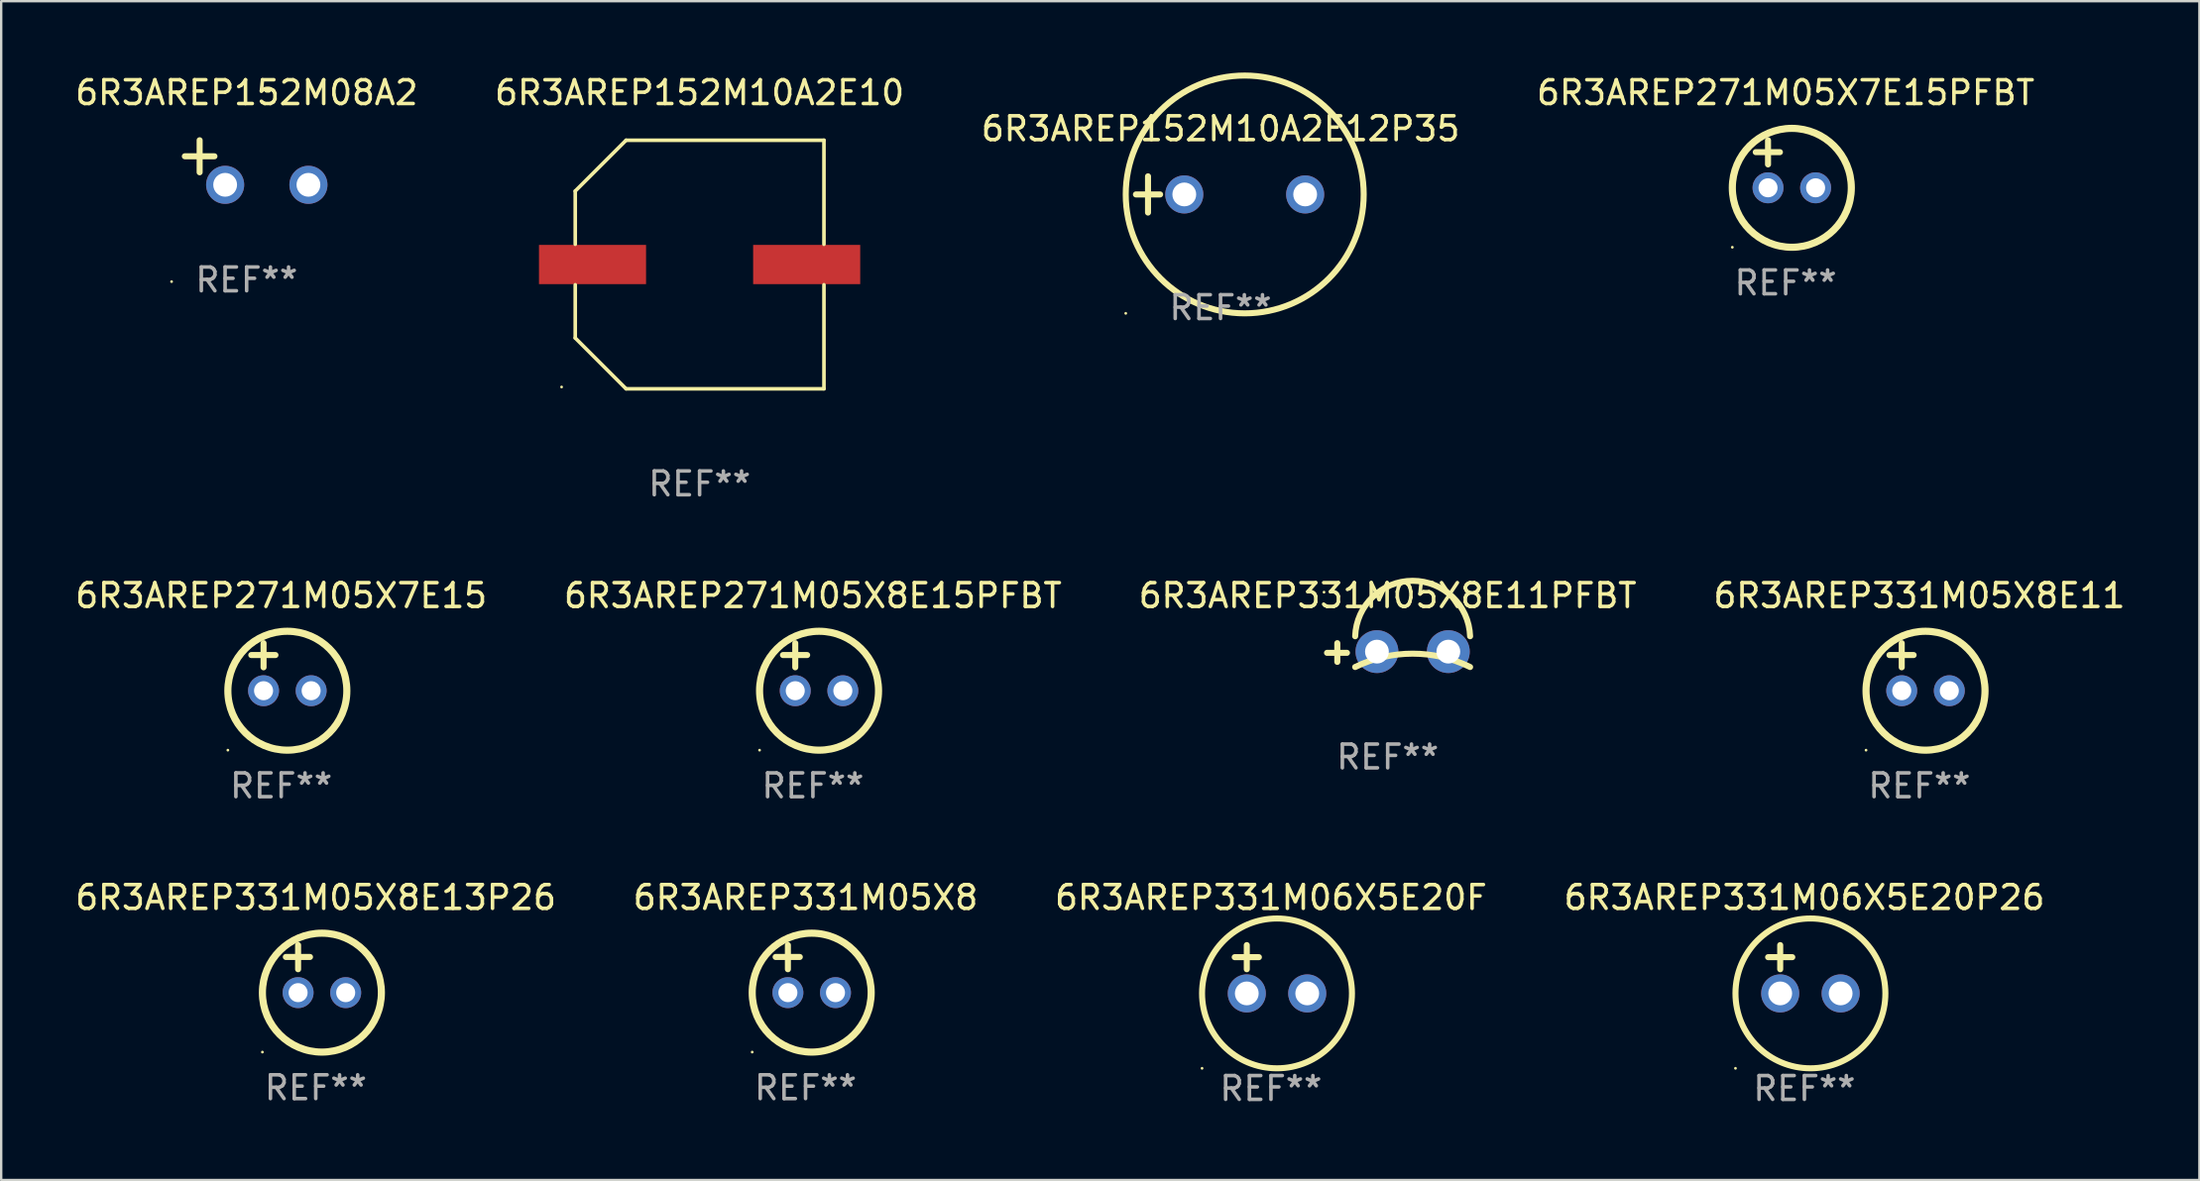
<source format=kicad_pcb>
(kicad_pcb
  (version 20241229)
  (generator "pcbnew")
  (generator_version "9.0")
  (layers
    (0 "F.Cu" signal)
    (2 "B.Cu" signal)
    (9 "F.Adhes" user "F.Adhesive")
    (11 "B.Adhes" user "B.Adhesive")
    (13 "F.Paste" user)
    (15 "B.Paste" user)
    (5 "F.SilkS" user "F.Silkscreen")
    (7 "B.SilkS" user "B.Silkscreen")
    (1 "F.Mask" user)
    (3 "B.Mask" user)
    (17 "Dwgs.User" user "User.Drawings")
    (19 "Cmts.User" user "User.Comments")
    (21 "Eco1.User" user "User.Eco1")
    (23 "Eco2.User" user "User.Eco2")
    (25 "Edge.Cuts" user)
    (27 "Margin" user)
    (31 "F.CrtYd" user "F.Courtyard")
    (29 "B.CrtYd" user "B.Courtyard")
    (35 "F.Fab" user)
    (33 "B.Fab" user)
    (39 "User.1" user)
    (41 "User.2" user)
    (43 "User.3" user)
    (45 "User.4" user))
  (footprint "6R3AREP331M06X5E20F"
    (layer "F.Cu")
    (at 50.363 37.71)
    (property "Reference" "6R3AREP331M06X5E20F" (at 0 -3.016 0) (layer "F.SilkS") (effects (font (size 1 1) (thickness 0.15))))
    (attr through_hole)
    (fp_line (start -1.524 -0.508) (end -0.508 -0.508) (stroke (width 0.254) (type solid)) (layer "F.SilkS"))
    (fp_line (start -1.016 -1.016) (end -1.016 0) (stroke (width 0.254) (type solid)) (layer "F.SilkS"))
    (fp_circle (center -2.896 4.166) (end -2.866 4.166) (stroke (width 0.06) (type solid)) (fill no) (layer "F.SilkS"))
    (fp_circle (center 0.254 1.016) (end 3.404 1.016) (stroke (width 0.254) (type solid)) (fill no) (layer "F.SilkS"))
    (fp_text user "REF**" (at 0 5.016 0) (layer "F.Fab") (effects (font (size 1 1) (thickness 0.15))))
    (pad "1" thru_hole circle (at -1.016 1.016) (size 1.6 1.6) (drill 1) (layers "*.Cu" "*.Mask"))
    (pad "2" thru_hole circle (at 1.524 1.016) (size 1.6 1.6) (drill 1) (layers "*.Cu" "*.Mask")))
  (footprint "6R3AREP271M05X7E15PFBT"
    (layer "F.Cu")
    (at 71.994 3.848)
    (property "Reference" "6R3AREP271M05X7E15PFBT" (at 0 -3 0) (layer "F.SilkS") (effects (font (size 1 1) (thickness 0.15))))
    (attr through_hole)
    (fp_line (start -1.258 -0.5) (end -0.242 -0.5) (stroke (width 0.254) (type solid)) (layer "F.SilkS"))
    (fp_line (start -0.742 -1) (end -0.742 0.016) (stroke (width 0.254) (type solid)) (layer "F.SilkS"))
    (fp_circle (center -2.242 3.5) (end -2.212 3.5) (stroke (width 0.06) (type solid)) (fill no) (layer "F.SilkS"))
    (fp_circle (center 0.258 1) (end 2.758 1) (stroke (width 0.3) (type solid)) (fill no) (layer "F.SilkS"))
    (fp_text user "REF**" (at 0 5 0) (layer "F.Fab") (effects (font (size 1 1) (thickness 0.15))))
    (pad "1" thru_hole circle (at -0.742 1) (size 1.3 1.3) (drill 0.8) (layers "*.Cu" "*.Mask"))
    (pad "2" thru_hole circle (at 1.258 1) (size 1.3 1.3) (drill 0.8) (layers "*.Cu" "*.Mask")))
  (footprint "6R3AREP152M10A2E10"
    (layer "F.Cu")
    (at 26.351 8.074)
    (property "Reference" "6R3AREP152M10A2E10" (at 0 -7.226 0) (layer "F.SilkS") (effects (font (size 1 1) (thickness 0.15))))
    (attr through_hole)
    (fp_line (start -5.226 -3.09) (end -5.226 -0.852) (stroke (width 0.152) (type solid)) (layer "F.SilkS"))
    (fp_line (start -5.226 3.09) (end -5.226 0.852) (stroke (width 0.152) (type solid)) (layer "F.SilkS"))
    (fp_line (start -3.09 -5.226) (end -5.226 -3.09) (stroke (width 0.152) (type solid)) (layer "F.SilkS"))
    (fp_line (start -3.09 5.226) (end -5.226 3.09) (stroke (width 0.152) (type solid)) (layer "F.SilkS"))
    (fp_line (start 5.226 -5.226) (end -3.09 -5.226) (stroke (width 0.152) (type solid)) (layer "F.SilkS"))
    (fp_line (start 5.226 -0.852) (end 5.226 -5.226) (stroke (width 0.152) (type solid)) (layer "F.SilkS"))
    (fp_line (start 5.226 0.852) (end 5.226 5.226) (stroke (width 0.152) (type solid)) (layer "F.SilkS"))
    (fp_line (start 5.226 5.226) (end -3.09 5.226) (stroke (width 0.152) (type solid)) (layer "F.SilkS"))
    (fp_circle (center -5.8 5.15) (end -5.77 5.15) (stroke (width 0.06) (type solid)) (fill no) (layer "F.SilkS"))
    (fp_text user "REF**" (at 0 9.226 0) (layer "F.Fab") (effects (font (size 1 1) (thickness 0.15))))
    (pad "1" smd rect (at -4.5 0) (size 4.5 1.65) (layers "F.Cu" "F.Mask" "F.Paste"))
    (pad "2" smd rect (at 4.5 0) (size 4.5 1.65) (layers "F.Cu" "F.Mask" "F.Paste")))
  (footprint "6R3AREP152M08A2"
    (layer "F.Cu")
    (at 7.315 3.785)
    (property "Reference" "6R3AREP152M08A2" (at 0 -2.937 0) (layer "F.SilkS") (effects (font (size 1 1) (thickness 0.15))))
    (attr through_hole)
    (fp_line (start -1.975 0.41) (end -1.975 -0.937) (stroke (width 0.254) (type solid)) (layer "F.SilkS"))
    (fp_line (start -1.353 -0.263) (end -2.597 -0.263) (stroke (width 0.254) (type solid)) (layer "F.SilkS"))
    (fp_arc (start 0.849809 -3.063957) (mid 0.885369 -3.064114) (end 0.920929 -3.063957) (stroke (width 0.254001) (type solid)) (layer "F.SilkS"))
    (fp_circle (center -3.154 5.008) (end -3.124 5.008) (stroke (width 0.06) (type solid)) (fill no) (layer "F.SilkS"))
    (fp_text user "REF**" (at 0 4.937 0) (layer "F.Fab") (effects (font (size 1 1) (thickness 0.15))))
    (pad "1" thru_hole circle (at -0.903 0.937) (size 1.6 1.6) (drill 1) (layers "*.Cu" "*.Mask"))
    (pad "2" thru_hole circle (at 2.597 0.937) (size 1.6 1.6) (drill 1) (layers "*.Cu" "*.Mask")))
  (footprint "6R3AREP331M06X5E20P26"
    (layer "F.Cu")
    (at 72.78 37.71)
    (property "Reference" "6R3AREP331M06X5E20P26" (at 0 -3.016 0) (layer "F.SilkS") (effects (font (size 1 1) (thickness 0.15))))
    (attr through_hole)
    (fp_line (start -1.524 -0.508) (end -0.508 -0.508) (stroke (width 0.254) (type solid)) (layer "F.SilkS"))
    (fp_line (start -1.016 -1.016) (end -1.016 0) (stroke (width 0.254) (type solid)) (layer "F.SilkS"))
    (fp_circle (center -2.896 4.166) (end -2.866 4.166) (stroke (width 0.06) (type solid)) (fill no) (layer "F.SilkS"))
    (fp_circle (center 0.254 1.016) (end 3.404 1.016) (stroke (width 0.254) (type solid)) (fill no) (layer "F.SilkS"))
    (fp_text user "REF**" (at 0 5.016 0) (layer "F.Fab") (effects (font (size 1 1) (thickness 0.15))))
    (pad "1" thru_hole circle (at -1.016 1.016) (size 1.6 1.6) (drill 1) (layers "*.Cu" "*.Mask"))
    (pad "2" thru_hole circle (at 1.524 1.016) (size 1.6 1.6) (drill 1) (layers "*.Cu" "*.Mask")))
  (footprint "6R3AREP331M05X8E11PFBT"
    (layer "F.Cu")
    (at 55.268 24.391)
    (property "Reference" "6R3AREP331M05X8E11PFBT" (at 0 -2.394 0) (layer "F.SilkS") (effects (font (size 1 1) (thickness 0.15))))
    (attr through_hole)
    (fp_line (start -2.117 0.394) (end -2.117 -0.394) (stroke (width 0.254) (type solid)) (layer "F.SilkS"))
    (fp_line (start -1.711 0.013) (end -2.549 0.013) (stroke (width 0.254) (type solid)) (layer "F.SilkS"))
    (fp_arc (start -1.366193 0.608941) (mid 1.048615 0.047743) (end 3.463424 0.60894) (stroke (width 0.254001) (type solid)) (layer "F.SilkS"))
    (fp_arc (start -1.366192 -0.685141) (mid 1.048616 -3.016259) (end 3.463424 -0.685141) (stroke (width 0.254001) (type solid)) (layer "F.SilkS"))
    (fp_circle (center -2.676 -2.538) (end -2.646 -2.538) (stroke (width 0.06) (type solid)) (fill no) (layer "F.SilkS"))
    (fp_text user "REF**" (at 0 4.394 0) (layer "F.Fab") (effects (font (size 1 1) (thickness 0.15))))
    (pad "1" thru_hole circle (at -0.451 -0.038) (size 1.8 1.8) (drill 1) (layers "*.Cu" "*.Mask"))
    (pad "2" thru_hole circle (at 2.549 -0.038) (size 1.8 1.8) (drill 1) (layers "*.Cu" "*.Mask")))
  (footprint "6R3AREP331M05X8E11"
    (layer "F.Cu")
    (at 77.613 24.997)
    (property "Reference" "6R3AREP331M05X8E11" (at 0 -3 0) (layer "F.SilkS") (effects (font (size 1 1) (thickness 0.15))))
    (attr through_hole)
    (fp_line (start -1.258 -0.5) (end -0.242 -0.5) (stroke (width 0.254) (type solid)) (layer "F.SilkS"))
    (fp_line (start -0.742 -1) (end -0.742 0.016) (stroke (width 0.254) (type solid)) (layer "F.SilkS"))
    (fp_circle (center -2.242 3.5) (end -2.212 3.5) (stroke (width 0.06) (type solid)) (fill no) (layer "F.SilkS"))
    (fp_circle (center 0.258 1) (end 2.758 1) (stroke (width 0.3) (type solid)) (fill no) (layer "F.SilkS"))
    (fp_text user "REF**" (at 0 5 0) (layer "F.Fab") (effects (font (size 1 1) (thickness 0.15))))
    (pad "1" thru_hole circle (at -0.742 1) (size 1.3 1.3) (drill 0.8) (layers "*.Cu" "*.Mask"))
    (pad "2" thru_hole circle (at 1.258 1) (size 1.3 1.3) (drill 0.8) (layers "*.Cu" "*.Mask")))
  (footprint "6R3AREP331M05X8E13P26"
    (layer "F.Cu")
    (at 10.22 37.694)
    (property "Reference" "6R3AREP331M05X8E13P26" (at 0 -3 0) (layer "F.SilkS") (effects (font (size 1 1) (thickness 0.15))))
    (attr through_hole)
    (fp_line (start -1.258 -0.5) (end -0.242 -0.5) (stroke (width 0.254) (type solid)) (layer "F.SilkS"))
    (fp_line (start -0.742 -1) (end -0.742 0.016) (stroke (width 0.254) (type solid)) (layer "F.SilkS"))
    (fp_circle (center -2.242 3.5) (end -2.212 3.5) (stroke (width 0.06) (type solid)) (fill no) (layer "F.SilkS"))
    (fp_circle (center 0.258 1) (end 2.758 1) (stroke (width 0.3) (type solid)) (fill no) (layer "F.SilkS"))
    (fp_text user "REF**" (at 0 5 0) (layer "F.Fab") (effects (font (size 1 1) (thickness 0.15))))
    (pad "1" thru_hole circle (at -0.742 1) (size 1.3 1.3) (drill 0.8) (layers "*.Cu" "*.Mask"))
    (pad "2" thru_hole circle (at 1.258 1) (size 1.3 1.3) (drill 0.8) (layers "*.Cu" "*.Mask")))
  (footprint "6R3AREP271M05X7E15"
    (layer "F.Cu")
    (at 8.768 24.997)
    (property "Reference" "6R3AREP271M05X7E15" (at 0 -3 0) (layer "F.SilkS") (effects (font (size 1 1) (thickness 0.15))))
    (attr through_hole)
    (fp_line (start -1.258 -0.5) (end -0.242 -0.5) (stroke (width 0.254) (type solid)) (layer "F.SilkS"))
    (fp_line (start -0.742 -1) (end -0.742 0.016) (stroke (width 0.254) (type solid)) (layer "F.SilkS"))
    (fp_circle (center -2.242 3.5) (end -2.212 3.5) (stroke (width 0.06) (type solid)) (fill no) (layer "F.SilkS"))
    (fp_circle (center 0.258 1) (end 2.758 1) (stroke (width 0.3) (type solid)) (fill no) (layer "F.SilkS"))
    (fp_text user "REF**" (at 0 5 0) (layer "F.Fab") (effects (font (size 1 1) (thickness 0.15))))
    (pad "1" thru_hole circle (at -0.742 1) (size 1.3 1.3) (drill 0.8) (layers "*.Cu" "*.Mask"))
    (pad "2" thru_hole circle (at 1.258 1) (size 1.3 1.3) (drill 0.8) (layers "*.Cu" "*.Mask")))
  (footprint "6R3AREP152M10A2E12P35"
    (layer "F.Cu")
    (at 48.244 5.127)
    (property "Reference" "6R3AREP152M10A2E12P35" (at 0 -2.762 0) (layer "F.SilkS") (effects (font (size 1 1) (thickness 0.15))))
    (attr through_hole)
    (fp_line (start -3.556 0) (end -2.54 0) (stroke (width 0.254) (type solid)) (layer "F.SilkS"))
    (fp_line (start -3.048 -0.762) (end -3.048 0.762) (stroke (width 0.254) (type solid)) (layer "F.SilkS"))
    (fp_circle (center -3.984 5) (end -3.954 5) (stroke (width 0.06) (type solid)) (fill no) (layer "F.SilkS"))
    (fp_circle (center 1.016 0) (end 6.016 0) (stroke (width 0.254) (type solid)) (fill no) (layer "F.SilkS"))
    (fp_text user "REF**" (at 0 4.762 0) (layer "F.Fab") (effects (font (size 1 1) (thickness 0.15))))
    (pad "1" thru_hole circle (at -1.524 0) (size 1.6 1.6) (drill 1) (layers "*.Cu" "*.Mask"))
    (pad "2" thru_hole circle (at 3.556 0) (size 1.6 1.6) (drill 1) (layers "*.Cu" "*.Mask")))
  (footprint "6R3AREP271M05X8E15PFBT"
    (layer "F.Cu")
    (at 31.113 24.997)
    (property "Reference" "6R3AREP271M05X8E15PFBT" (at 0 -3 0) (layer "F.SilkS") (effects (font (size 1 1) (thickness 0.15))))
    (attr through_hole)
    (fp_line (start -1.258 -0.5) (end -0.242 -0.5) (stroke (width 0.254) (type solid)) (layer "F.SilkS"))
    (fp_line (start -0.742 -1) (end -0.742 0.016) (stroke (width 0.254) (type solid)) (layer "F.SilkS"))
    (fp_circle (center -2.242 3.5) (end -2.212 3.5) (stroke (width 0.06) (type solid)) (fill no) (layer "F.SilkS"))
    (fp_circle (center 0.258 1) (end 2.758 1) (stroke (width 0.3) (type solid)) (fill no) (layer "F.SilkS"))
    (fp_text user "REF**" (at 0 5 0) (layer "F.Fab") (effects (font (size 1 1) (thickness 0.15))))
    (pad "1" thru_hole circle (at -0.742 1) (size 1.3 1.3) (drill 0.8) (layers "*.Cu" "*.Mask"))
    (pad "2" thru_hole circle (at 1.258 1) (size 1.3 1.3) (drill 0.8) (layers "*.Cu" "*.Mask")))
  (footprint "6R3AREP331M05X8"
    (layer "F.Cu")
    (at 30.804 37.694)
    (property "Reference" "6R3AREP331M05X8" (at 0 -3 0) (layer "F.SilkS") (effects (font (size 1 1) (thickness 0.15))))
    (attr through_hole)
    (fp_line (start -1.258 -0.5) (end -0.242 -0.5) (stroke (width 0.254) (type solid)) (layer "F.SilkS"))
    (fp_line (start -0.742 -1) (end -0.742 0.016) (stroke (width 0.254) (type solid)) (layer "F.SilkS"))
    (fp_circle (center -2.242 3.5) (end -2.212 3.5) (stroke (width 0.06) (type solid)) (fill no) (layer "F.SilkS"))
    (fp_circle (center 0.258 1) (end 2.758 1) (stroke (width 0.3) (type solid)) (fill no) (layer "F.SilkS"))
    (fp_text user "REF**" (at 0 5 0) (layer "F.Fab") (effects (font (size 1 1) (thickness 0.15))))
    (pad "1" thru_hole circle (at -0.742 1) (size 1.3 1.3) (drill 0.8) (layers "*.Cu" "*.Mask"))
    (pad "2" thru_hole circle (at 1.258 1) (size 1.3 1.3) (drill 0.8) (layers "*.Cu" "*.Mask")))
  (gr_rect
    (start -3 -3)
    (end 89.381 46.574)
    (stroke (width 0.1) (type default))
    (fill no)
    (layer "Edge.Cuts")))
</source>
